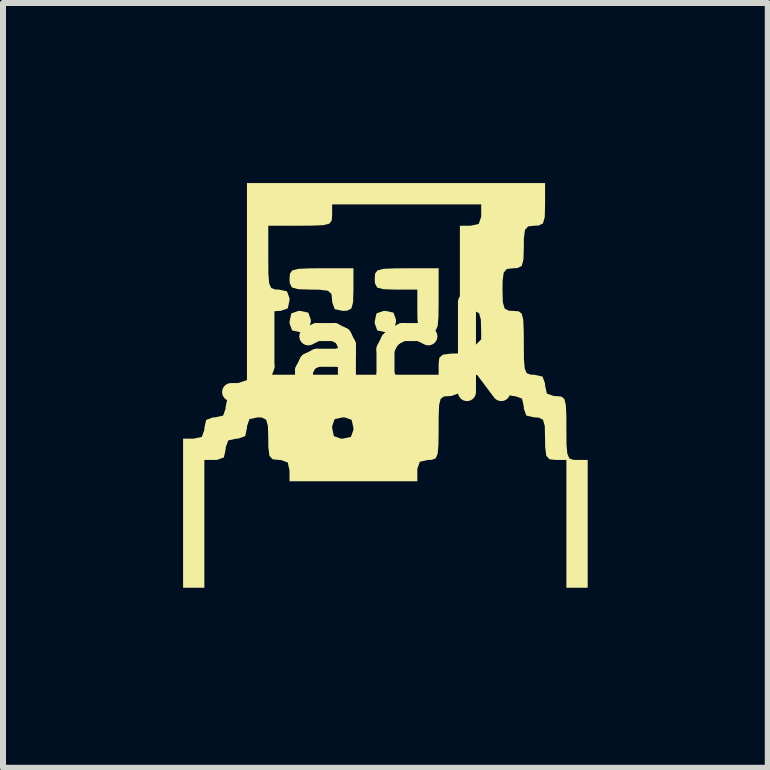
<source format=kicad_pcb>
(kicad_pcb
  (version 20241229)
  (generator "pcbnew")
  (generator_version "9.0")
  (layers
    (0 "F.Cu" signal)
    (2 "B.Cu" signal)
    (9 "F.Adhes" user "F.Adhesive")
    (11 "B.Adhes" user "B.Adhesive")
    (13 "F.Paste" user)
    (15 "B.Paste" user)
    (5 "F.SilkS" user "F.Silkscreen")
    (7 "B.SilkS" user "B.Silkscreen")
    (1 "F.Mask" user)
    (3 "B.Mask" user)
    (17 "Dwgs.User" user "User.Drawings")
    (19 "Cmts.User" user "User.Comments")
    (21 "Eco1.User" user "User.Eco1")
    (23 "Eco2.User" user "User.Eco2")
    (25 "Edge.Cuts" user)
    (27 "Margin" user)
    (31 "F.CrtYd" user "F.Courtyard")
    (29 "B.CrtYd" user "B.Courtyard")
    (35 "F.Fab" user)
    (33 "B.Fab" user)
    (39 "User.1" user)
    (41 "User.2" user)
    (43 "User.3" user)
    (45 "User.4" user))
  (footprint "Jack"
    (layer "F.Cu")
    (at 3.086 2.803)
    (property "Reference" "Jack" (at 0 0 0) (layer "F.SilkS") (effects (font (size 1.5 1.5) (thickness 0.3))))
    (attr board_only exclude_from_pos_files exclude_from_bom)
    (fp_poly (pts (xy -1 -0.645) (xy -0.959 -0.529) (xy -0.958 -0.497) (xy -0.987 -0.362) (xy -1.103 -0.32) (xy -1.135 -0.319) (xy -1.27 -0.349) (xy -1.312 -0.464) (xy -1.313 -0.497) (xy -1.283 -0.632) (xy -1.168 -0.673) (xy -1.135 -0.674)) (stroke (width 0) (type solid)) (fill yes) (layer "F.SilkS"))
    (fp_poly (pts (xy 0.419 -0.645) (xy 0.46 -0.529) (xy 0.461 -0.497) (xy 0.432 -0.362) (xy 0.316 -0.32) (xy 0.284 -0.319) (xy 0.149 -0.349) (xy 0.107 -0.464) (xy 0.106 -0.497) (xy 0.136 -0.632) (xy 0.251 -0.673) (xy 0.284 -0.674)) (stroke (width 0) (type solid)) (fill yes) (layer "F.SilkS"))
    (fp_poly (pts (xy -0.248 -1.029) (xy -0.254 -0.818) (xy -0.283 -0.713) (xy -0.355 -0.677) (xy -0.426 -0.674) (xy -0.561 -0.703) (xy -0.602 -0.819) (xy -0.603 -0.851) (xy -0.615 -0.957) (xy -0.673 -1.009) (xy -0.815 -1.027) (xy -0.958 -1.029) (xy -1.168 -1.035) (xy -1.273 -1.064) (xy -1.309 -1.135) (xy -1.313 -1.206) (xy -1.306 -1.296) (xy -1.266 -1.349) (xy -1.163 -1.375) (xy -0.967 -1.383) (xy -0.78 -1.384) (xy -0.248 -1.384)) (stroke (width 0) (type solid)) (fill yes) (layer "F.SilkS"))
    (fp_poly (pts (xy 1.171 -0.851) (xy 1.168 -0.581) (xy 1.155 -0.422) (xy 1.121 -0.346) (xy 1.056 -0.321) (xy 0.993 -0.319) (xy 0.888 -0.331) (xy 0.836 -0.389) (xy 0.818 -0.532) (xy 0.816 -0.674) (xy 0.816 -1.029) (xy 0.461 -1.029) (xy 0.251 -1.035) (xy 0.146 -1.064) (xy 0.11 -1.135) (xy 0.106 -1.206) (xy 0.113 -1.296) (xy 0.153 -1.349) (xy 0.256 -1.375) (xy 0.452 -1.383) (xy 0.639 -1.384) (xy 1.171 -1.384)) (stroke (width 0) (type solid)) (fill yes) (layer "F.SilkS"))
    (fp_poly (pts (xy 2.944 -2.448) (xy 2.939 -2.237) (xy 2.909 -2.132) (xy 2.838 -2.096) (xy 2.767 -2.093) (xy 2.662 -2.082) (xy 2.609 -2.023) (xy 2.591 -1.881) (xy 2.59 -1.738) (xy 2.584 -1.528) (xy 2.555 -1.423) (xy 2.483 -1.387) (xy 2.412 -1.384) (xy 2.307 -1.372) (xy 2.255 -1.313) (xy 2.237 -1.171) (xy 2.235 -1.029) (xy 2.241 -0.818) (xy 2.27 -0.713) (xy 2.341 -0.677) (xy 2.412 -0.674) (xy 2.503 -0.667) (xy 2.555 -0.628) (xy 2.581 -0.525) (xy 2.589 -0.329) (xy 2.59 -0.142) (xy 2.592 0.129) (xy 2.605 0.287) (xy 2.639 0.364) (xy 2.705 0.388) (xy 2.767 0.39) (xy 2.902 0.42) (xy 2.944 0.535) (xy 2.944 0.568) (xy 2.974 0.703) (xy 3.089 0.744) (xy 3.122 0.745) (xy 3.212 0.752) (xy 3.265 0.791) (xy 3.29 0.894) (xy 3.299 1.09) (xy 3.299 1.277) (xy 3.301 1.548) (xy 3.315 1.706) (xy 3.349 1.783) (xy 3.414 1.807) (xy 3.477 1.809) (xy 3.654 1.809) (xy 3.654 2.873) (xy 3.654 3.938) (xy 3.477 3.938) (xy 3.299 3.938) (xy 3.299 2.873) (xy 3.299 1.809) (xy 3.122 1.809) (xy 3.017 1.798) (xy 2.964 1.739) (xy 2.946 1.597) (xy 2.944 1.454) (xy 2.939 1.244) (xy 2.909 1.139) (xy 2.838 1.103) (xy 2.767 1.1) (xy 2.632 1.07) (xy 2.59 0.955) (xy 2.59 0.922) (xy 2.56 0.787) (xy 2.445 0.746) (xy 2.412 0.745) (xy 2.277 0.716) (xy 2.236 0.6) (xy 2.235 0.568) (xy 2.223 0.462) (xy 2.165 0.41) (xy 2.023 0.392) (xy 1.88 0.39) (xy 1.67 0.396) (xy 1.565 0.425) (xy 1.529 0.496) (xy 1.525 0.568) (xy 1.496 0.703) (xy 1.381 0.744) (xy 1.348 0.745) (xy 1.258 0.752) (xy 1.205 0.791) (xy 1.179 0.894) (xy 1.171 1.09) (xy 1.171 1.277) (xy 1.168 1.548) (xy 1.155 1.706) (xy 1.121 1.783) (xy 1.056 1.807) (xy 0.993 1.809) (xy 0.858 1.839) (xy 0.817 1.954) (xy 0.816 1.987) (xy 0.816 2.164) (xy -0.248 2.164) (xy -1.313 2.164) (xy -1.313 1.987) (xy -1.342 1.852) (xy -1.457 1.81) (xy -1.49 1.809) (xy -1.595 1.798) (xy -1.648 1.739) (xy -1.666 1.597) (xy -1.667 1.454) (xy -1.672 1.277) (xy -0.603 1.277) (xy -0.574 1.412) (xy -0.458 1.454) (xy -0.426 1.454) (xy -0.291 1.425) (xy -0.249 1.31) (xy -0.248 1.277) (xy -0.278 1.142) (xy -0.393 1.1) (xy -0.426 1.1) (xy -0.561 1.129) (xy -0.602 1.244) (xy -0.603 1.277) (xy -1.672 1.277) (xy -1.673 1.244) (xy -1.702 1.139) (xy -1.774 1.103) (xy -1.845 1.1) (xy -1.98 1.129) (xy -2.021 1.244) (xy -2.022 1.277) (xy -2.051 1.412) (xy -2.167 1.454) (xy -2.199 1.454) (xy -2.334 1.484) (xy -2.376 1.599) (xy -2.377 1.632) (xy -2.406 1.767) (xy -2.522 1.808) (xy -2.554 1.809) (xy -2.732 1.809) (xy -2.732 2.873) (xy -2.732 3.938) (xy -2.909 3.938) (xy -3.086 3.938) (xy -3.086 2.696) (xy -3.086 1.454) (xy -2.909 1.454) (xy -2.774 1.425) (xy -2.732 1.31) (xy -2.732 1.277) (xy -2.702 1.142) (xy -2.587 1.1) (xy -2.554 1.1) (xy -2.419 1.07) (xy -2.378 0.955) (xy -2.377 0.922) (xy -2.348 0.787) (xy -2.232 0.746) (xy -2.199 0.745) (xy -2.022 0.745) (xy -2.022 -1.029) (xy -2.022 -2.093) (xy -1.667 -2.093) (xy -1.667 -1.561) (xy -1.665 -1.29) (xy -1.652 -1.132) (xy -1.618 -1.055) (xy -1.552 -1.031) (xy -1.49 -1.029) (xy -1.355 -0.999) (xy -1.313 -0.884) (xy -1.313 -0.851) (xy -1.342 -0.716) (xy -1.457 -0.675) (xy -1.49 -0.674) (xy -1.58 -0.667) (xy -1.633 -0.628) (xy -1.659 -0.525) (xy -1.667 -0.329) (xy -1.667 -0.142) (xy -1.667 0.39) (xy -0.248 0.39) (xy 1.171 0.39) (xy 1.171 0.213) (xy 1.182 0.108) (xy 1.241 0.055) (xy 1.383 0.037) (xy 1.525 0.035) (xy 1.88 0.035) (xy 1.88 -0.319) (xy 1.874 -0.53) (xy 1.845 -0.635) (xy 1.774 -0.671) (xy 1.703 -0.674) (xy 1.525 -0.674) (xy 1.525 -1.384) (xy 1.525 -2.093) (xy 1.703 -2.093) (xy 1.838 -2.122) (xy 1.879 -2.238) (xy 1.88 -2.27) (xy 1.88 -2.448) (xy 0.639 -2.448) (xy -0.603 -2.448) (xy -0.603 -2.27) (xy -0.61 -2.18) (xy -0.65 -2.127) (xy -0.752 -2.102) (xy -0.948 -2.094) (xy -1.135 -2.093) (xy -1.667 -2.093) (xy -2.022 -2.093) (xy -2.022 -2.803) (xy 0.461 -2.803) (xy 2.944 -2.803)) (stroke (width 0) (type solid)) (fill yes) (layer "F.SilkS")))
  (gr_rect
    (start -3 -3)
    (end 9.74 9.74)
    (stroke (width 0.1) (type default))
    (fill no)
    (layer "Edge.Cuts")))
</source>
